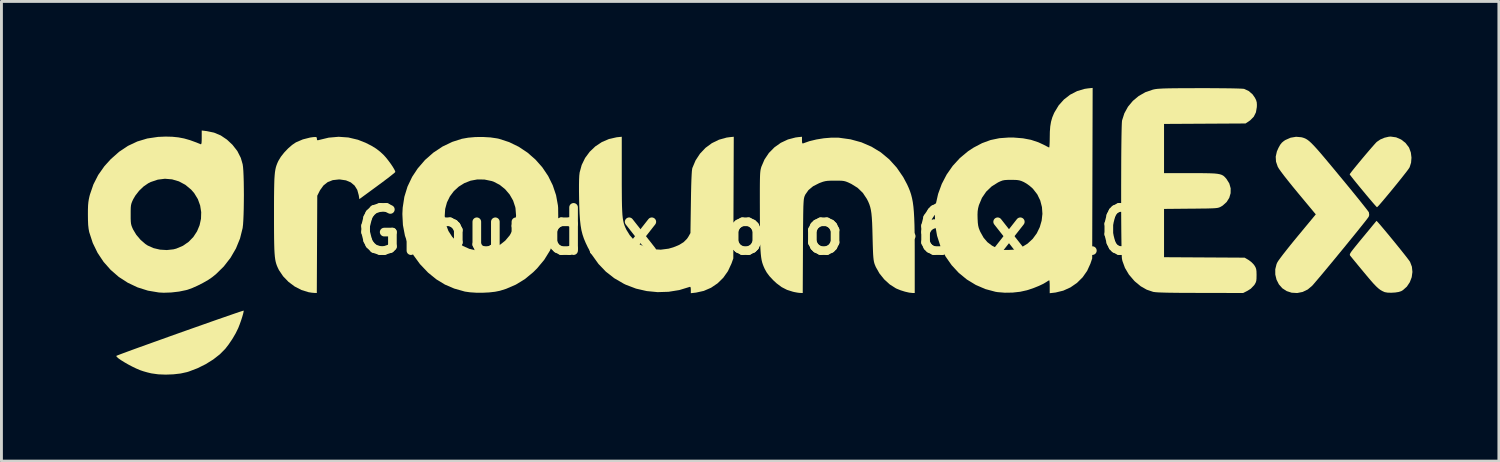
<source format=kicad_pcb>
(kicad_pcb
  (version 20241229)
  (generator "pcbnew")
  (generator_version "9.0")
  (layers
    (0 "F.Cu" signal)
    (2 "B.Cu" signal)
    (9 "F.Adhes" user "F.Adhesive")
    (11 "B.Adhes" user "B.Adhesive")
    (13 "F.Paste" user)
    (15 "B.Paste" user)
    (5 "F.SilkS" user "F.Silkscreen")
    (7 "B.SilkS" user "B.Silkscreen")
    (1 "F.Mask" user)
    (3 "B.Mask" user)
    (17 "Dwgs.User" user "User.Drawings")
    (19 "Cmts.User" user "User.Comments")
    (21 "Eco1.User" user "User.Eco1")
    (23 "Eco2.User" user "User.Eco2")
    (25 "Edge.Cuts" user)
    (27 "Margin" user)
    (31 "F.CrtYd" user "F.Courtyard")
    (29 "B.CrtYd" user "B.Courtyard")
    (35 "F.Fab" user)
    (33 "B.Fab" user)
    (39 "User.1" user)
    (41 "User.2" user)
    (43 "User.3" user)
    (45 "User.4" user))
  (footprint "GroundEx Logo 46 x 10"
    (layer "F.Cu")
    (at 22.958 4.967)
    (property "Reference" "GroundEx Logo 46 x 10" (at 0 0 0) (layer "F.SilkS") (effects (font (size 1.5 1.5) (thickness 0.3))))
    (attr board_only exclude_from_pos_files exclude_from_bom)
    (fp_poly (pts (xy 22.432 -3.252) (xy 22.605 -3.177) (xy 22.756 -3.06) (xy 22.873 -2.908) (xy 22.886 -2.883) (xy 22.943 -2.725) (xy 22.965 -2.548) (xy 22.951 -2.372) (xy 22.902 -2.217) (xy 22.895 -2.204) (xy 22.865 -2.157) (xy 22.807 -2.078) (xy 22.725 -1.973) (xy 22.626 -1.847) (xy 22.514 -1.707) (xy 22.394 -1.559) (xy 22.272 -1.41) (xy 22.152 -1.265) (xy 22.04 -1.131) (xy 21.941 -1.014) (xy 21.86 -0.92) (xy 21.801 -0.856) (xy 21.77 -0.828) (xy 21.768 -0.827) (xy 21.746 -0.848) (xy 21.694 -0.905) (xy 21.617 -0.994) (xy 21.519 -1.109) (xy 21.405 -1.244) (xy 21.285 -1.389) (xy 21.161 -1.539) (xy 21.049 -1.676) (xy 20.955 -1.792) (xy 20.883 -1.884) (xy 20.836 -1.945) (xy 20.821 -1.969) (xy 20.839 -1.997) (xy 20.886 -2.06) (xy 20.959 -2.152) (xy 21.05 -2.264) (xy 21.155 -2.391) (xy 21.266 -2.525) (xy 21.38 -2.66) (xy 21.489 -2.788) (xy 21.588 -2.903) (xy 21.672 -2.998) (xy 21.734 -3.067) (xy 21.764 -3.096) (xy 21.883 -3.177) (xy 22.03 -3.239) (xy 22.182 -3.274) (xy 22.246 -3.278)) (stroke (width 0) (type solid)) (fill yes) (layer "F.SilkS"))
    (fp_poly (pts (xy 21.771 -0.337) (xy 21.82 -0.283) (xy 21.894 -0.198) (xy 21.987 -0.088) (xy 22.095 0.041) (xy 22.213 0.183) (xy 22.335 0.332) (xy 22.458 0.483) (xy 22.576 0.629) (xy 22.684 0.764) (xy 22.777 0.882) (xy 22.85 0.977) (xy 22.899 1.044) (xy 22.916 1.069) (xy 22.98 1.238) (xy 22.998 1.419) (xy 22.973 1.602) (xy 22.907 1.775) (xy 22.805 1.928) (xy 22.669 2.049) (xy 22.609 2.085) (xy 22.522 2.113) (xy 22.401 2.132) (xy 22.268 2.14) (xy 22.141 2.137) (xy 22.043 2.12) (xy 22.025 2.114) (xy 21.953 2.081) (xy 21.884 2.041) (xy 21.815 1.988) (xy 21.738 1.917) (xy 21.647 1.822) (xy 21.538 1.698) (xy 21.403 1.538) (xy 21.328 1.448) (xy 21.205 1.3) (xy 21.092 1.163) (xy 20.994 1.044) (xy 20.916 0.949) (xy 20.864 0.885) (xy 20.846 0.863) (xy 20.832 0.844) (xy 20.826 0.824) (xy 20.83 0.798) (xy 20.848 0.76) (xy 20.884 0.706) (xy 20.942 0.631) (xy 21.024 0.528) (xy 21.134 0.393) (xy 21.27 0.228) (xy 21.395 0.077) (xy 21.509 -0.06) (xy 21.605 -0.178) (xy 21.681 -0.269) (xy 21.731 -0.33) (xy 21.751 -0.353) (xy 21.751 -0.354)) (stroke (width 0) (type solid)) (fill yes) (layer "F.SilkS"))
    (fp_poly (pts (xy -17.556 2.8) (xy -17.575 2.88) (xy -17.606 2.987) (xy -17.646 3.11) (xy -17.691 3.236) (xy -17.737 3.353) (xy -17.743 3.368) (xy -17.831 3.548) (xy -17.946 3.744) (xy -18.076 3.936) (xy -18.192 4.086) (xy -18.379 4.275) (xy -18.609 4.455) (xy -18.872 4.619) (xy -19.157 4.76) (xy -19.451 4.872) (xy -19.518 4.893) (xy -19.74 4.942) (xy -19.993 4.971) (xy -20.258 4.981) (xy -20.516 4.971) (xy -20.746 4.939) (xy -20.772 4.934) (xy -20.903 4.902) (xy -21.036 4.864) (xy -21.144 4.827) (xy -21.157 4.822) (xy -21.288 4.766) (xy -21.426 4.699) (xy -21.564 4.626) (xy -21.694 4.551) (xy -21.808 4.48) (xy -21.898 4.417) (xy -21.955 4.367) (xy -21.973 4.335) (xy -21.971 4.33) (xy -21.941 4.317) (xy -21.864 4.287) (xy -21.745 4.242) (xy -21.588 4.184) (xy -21.398 4.114) (xy -21.18 4.035) (xy -20.937 3.948) (xy -20.676 3.854) (xy -20.399 3.755) (xy -20.113 3.652) (xy -19.821 3.548) (xy -19.528 3.444) (xy -19.239 3.342) (xy -18.958 3.243) (xy -18.69 3.148) (xy -18.439 3.06) (xy -18.21 2.981) (xy -18.009 2.911) (xy -17.838 2.852) (xy -17.703 2.806) (xy -17.609 2.776) (xy -17.559 2.761) (xy -17.553 2.76)) (stroke (width 0) (type solid)) (fill yes) (layer "F.SilkS"))
    (fp_poly (pts (xy 19.139 -3.256) (xy 19.196 -3.242) (xy 19.249 -3.224) (xy 19.302 -3.2) (xy 19.357 -3.166) (xy 19.418 -3.119) (xy 19.487 -3.056) (xy 19.569 -2.973) (xy 19.667 -2.867) (xy 19.784 -2.734) (xy 19.922 -2.572) (xy 20.086 -2.376) (xy 20.279 -2.145) (xy 20.48 -1.902) (xy 20.664 -1.68) (xy 20.837 -1.469) (xy 20.997 -1.273) (xy 21.14 -1.097) (xy 21.262 -0.943) (xy 21.362 -0.818) (xy 21.435 -0.723) (xy 21.478 -0.665) (xy 21.488 -0.648) (xy 21.499 -0.557) (xy 21.481 -0.497) (xy 21.458 -0.464) (xy 21.405 -0.393) (xy 21.323 -0.289) (xy 21.218 -0.158) (xy 21.094 -0.003) (xy 20.954 0.17) (xy 20.802 0.356) (xy 20.643 0.552) (xy 20.479 0.751) (xy 20.316 0.95) (xy 20.156 1.143) (xy 20.005 1.325) (xy 19.865 1.493) (xy 19.741 1.64) (xy 19.636 1.763) (xy 19.556 1.857) (xy 19.519 1.898) (xy 19.366 2.027) (xy 19.19 2.112) (xy 19.001 2.15) (xy 18.808 2.139) (xy 18.635 2.083) (xy 18.483 1.984) (xy 18.365 1.849) (xy 18.283 1.687) (xy 18.24 1.509) (xy 18.239 1.325) (xy 18.284 1.145) (xy 18.314 1.081) (xy 18.349 1.026) (xy 18.415 0.935) (xy 18.507 0.813) (xy 18.621 0.668) (xy 18.751 0.504) (xy 18.894 0.328) (xy 19.017 0.179) (xy 19.645 -0.579) (xy 19.021 -1.329) (xy 18.84 -1.549) (xy 18.682 -1.745) (xy 18.548 -1.915) (xy 18.443 -2.054) (xy 18.368 -2.16) (xy 18.327 -2.228) (xy 18.326 -2.23) (xy 18.265 -2.408) (xy 18.255 -2.582) (xy 18.295 -2.761) (xy 18.35 -2.886) (xy 18.41 -2.994) (xy 18.468 -3.067) (xy 18.539 -3.126) (xy 18.592 -3.16) (xy 18.771 -3.239) (xy 18.961 -3.271)) (stroke (width 0) (type solid)) (fill yes) (layer "F.SilkS"))
    (fp_poly (pts (xy -13.921 -3.247) (xy -13.589 -3.168) (xy -13.325 -3.064) (xy -13.124 -2.962) (xy -12.959 -2.861) (xy -12.814 -2.749) (xy -12.696 -2.638) (xy -12.621 -2.556) (xy -12.541 -2.456) (xy -12.461 -2.348) (xy -12.389 -2.243) (xy -12.333 -2.15) (xy -12.299 -2.081) (xy -12.293 -2.05) (xy -12.316 -2.025) (xy -12.379 -1.973) (xy -12.474 -1.897) (xy -12.597 -1.803) (xy -12.741 -1.694) (xy -12.902 -1.576) (xy -12.92 -1.562) (xy -13.54 -1.108) (xy -13.561 -1.244) (xy -13.612 -1.429) (xy -13.705 -1.578) (xy -13.836 -1.688) (xy -14.004 -1.759) (xy -14.207 -1.789) (xy -14.257 -1.79) (xy -14.463 -1.767) (xy -14.639 -1.698) (xy -14.785 -1.582) (xy -14.902 -1.42) (xy -14.918 -1.39) (xy -15 -1.226) (xy -15.008 0.461) (xy -15.016 2.149) (xy -15.105 2.146) (xy -15.193 2.138) (xy -15.292 2.123) (xy -15.303 2.121) (xy -15.549 2.045) (xy -15.784 1.923) (xy -15.999 1.762) (xy -16.184 1.57) (xy -16.329 1.355) (xy -16.369 1.273) (xy -16.398 1.207) (xy -16.422 1.14) (xy -16.442 1.069) (xy -16.458 0.988) (xy -16.471 0.891) (xy -16.481 0.774) (xy -16.489 0.632) (xy -16.494 0.459) (xy -16.498 0.25) (xy -16.5 0.001) (xy -16.501 -0.294) (xy -16.501 -0.565) (xy -16.501 -0.9) (xy -16.5 -1.185) (xy -16.497 -1.425) (xy -16.493 -1.626) (xy -16.488 -1.792) (xy -16.479 -1.929) (xy -16.468 -2.042) (xy -16.453 -2.136) (xy -16.435 -2.216) (xy -16.412 -2.288) (xy -16.385 -2.357) (xy -16.353 -2.427) (xy -16.345 -2.442) (xy -16.263 -2.578) (xy -16.147 -2.725) (xy -16.013 -2.866) (xy -15.873 -2.988) (xy -15.743 -3.076) (xy -15.738 -3.079) (xy -15.499 -3.181) (xy -15.246 -3.245) (xy -15.145 -3.259) (xy -15.066 -3.264) (xy -15.028 -3.257) (xy -15.015 -3.231) (xy -15.014 -3.204) (xy -15.007 -3.156) (xy -14.973 -3.151) (xy -14.952 -3.157) (xy -14.604 -3.241) (xy -14.259 -3.271)) (stroke (width 0) (type solid)) (fill yes) (layer "F.SilkS"))
    (fp_poly (pts (xy -8.99 -3.249) (xy -8.759 -3.215) (xy -8.695 -3.201) (xy -8.342 -3.086) (xy -8.011 -2.925) (xy -7.707 -2.723) (xy -7.432 -2.483) (xy -7.192 -2.212) (xy -6.99 -1.912) (xy -6.83 -1.589) (xy -6.715 -1.247) (xy -6.65 -0.89) (xy -6.643 -0.808) (xy -6.638 -0.404) (xy -6.683 -0.022) (xy -6.78 0.338) (xy -6.927 0.678) (xy -7.125 0.997) (xy -7.374 1.296) (xy -7.51 1.43) (xy -7.8 1.669) (xy -8.111 1.859) (xy -8.449 2.005) (xy -8.664 2.072) (xy -8.832 2.106) (xy -9.037 2.129) (xy -9.261 2.14) (xy -9.487 2.139) (xy -9.698 2.125) (xy -9.876 2.1) (xy -9.89 2.096) (xy -10.248 1.995) (xy -10.57 1.857) (xy -10.867 1.676) (xy -11.147 1.449) (xy -11.161 1.436) (xy -11.437 1.146) (xy -11.663 0.836) (xy -11.836 0.508) (xy -11.958 0.16) (xy -12.028 -0.208) (xy -12.044 -0.525) (xy -10.578 -0.525) (xy -10.545 -0.271) (xy -10.536 -0.233) (xy -10.45 -0.004) (xy -10.318 0.201) (xy -10.147 0.376) (xy -9.945 0.518) (xy -9.718 0.619) (xy -9.472 0.676) (xy -9.367 0.685) (xy -9.302 0.683) (xy -9.207 0.672) (xy -9.136 0.662) (xy -8.89 0.595) (xy -8.67 0.484) (xy -8.48 0.335) (xy -8.325 0.152) (xy -8.207 -0.057) (xy -8.132 -0.288) (xy -8.102 -0.534) (xy -8.122 -0.79) (xy -8.13 -0.832) (xy -8.205 -1.058) (xy -8.325 -1.268) (xy -8.482 -1.452) (xy -8.669 -1.603) (xy -8.878 -1.712) (xy -8.945 -1.735) (xy -9.2 -1.788) (xy -9.446 -1.791) (xy -9.68 -1.748) (xy -9.897 -1.663) (xy -10.092 -1.541) (xy -10.261 -1.386) (xy -10.398 -1.203) (xy -10.5 -0.995) (xy -10.562 -0.768) (xy -10.578 -0.525) (xy -12.044 -0.525) (xy -12.047 -0.595) (xy -12.036 -0.812) (xy -11.978 -1.188) (xy -11.869 -1.543) (xy -11.709 -1.879) (xy -11.516 -2.171) (xy -11.261 -2.467) (xy -10.972 -2.721) (xy -10.655 -2.932) (xy -10.314 -3.095) (xy -9.983 -3.201) (xy -9.764 -3.24) (xy -9.512 -3.262) (xy -9.248 -3.264)) (stroke (width 0) (type solid)) (fill yes) (layer "F.SilkS"))
    (fp_poly (pts (xy -0.557 -1.161) (xy -0.565 0.95) (xy -0.628 1.126) (xy -0.75 1.389) (xy -0.912 1.619) (xy -1.11 1.813) (xy -1.337 1.967) (xy -1.589 2.076) (xy -1.861 2.136) (xy -1.874 2.137) (xy -2.039 2.156) (xy -2.039 2.039) (xy -2.043 1.965) (xy -2.059 1.936) (xy -2.077 1.937) (xy -2.437 2.047) (xy -2.811 2.107) (xy -3.192 2.119) (xy -3.571 2.082) (xy -3.94 1.997) (xy -4.29 1.864) (xy -4.361 1.83) (xy -4.695 1.636) (xy -4.987 1.408) (xy -5.241 1.143) (xy -5.461 0.837) (xy -5.613 0.565) (xy -5.688 0.408) (xy -5.749 0.262) (xy -5.797 0.119) (xy -5.835 -0.032) (xy -5.863 -0.197) (xy -5.884 -0.385) (xy -5.899 -0.606) (xy -5.909 -0.867) (xy -5.915 -1.09) (xy -5.919 -1.372) (xy -5.919 -1.604) (xy -5.916 -1.788) (xy -5.909 -1.928) (xy -5.897 -2.029) (xy -5.897 -2.032) (xy -5.825 -2.294) (xy -5.707 -2.536) (xy -5.547 -2.752) (xy -5.352 -2.938) (xy -5.127 -3.087) (xy -4.878 -3.194) (xy -4.612 -3.254) (xy -4.566 -3.259) (xy -4.435 -3.272) (xy -4.435 -1.932) (xy -4.435 -1.597) (xy -4.433 -1.311) (xy -4.431 -1.07) (xy -4.427 -0.869) (xy -4.42 -0.702) (xy -4.412 -0.564) (xy -4.4 -0.449) (xy -4.384 -0.354) (xy -4.365 -0.271) (xy -4.341 -0.197) (xy -4.312 -0.126) (xy -4.278 -0.053) (xy -4.269 -0.036) (xy -4.158 0.144) (xy -4.013 0.309) (xy -3.853 0.439) (xy -3.84 0.448) (xy -3.604 0.564) (xy -3.35 0.63) (xy -3.083 0.646) (xy -2.811 0.611) (xy -2.647 0.564) (xy -2.444 0.481) (xy -2.289 0.385) (xy -2.173 0.27) (xy -2.121 0.192) (xy -2.052 0.069) (xy -2.036 -1.006) (xy -2.031 -1.32) (xy -2.025 -1.582) (xy -2.018 -1.795) (xy -2.01 -1.96) (xy -2.002 -2.081) (xy -1.992 -2.16) (xy -1.985 -2.19) (xy -1.874 -2.452) (xy -1.72 -2.686) (xy -1.53 -2.887) (xy -1.308 -3.05) (xy -1.061 -3.17) (xy -0.795 -3.244) (xy -0.681 -3.259) (xy -0.549 -3.272)) (stroke (width 0) (type solid)) (fill yes) (layer "F.SilkS"))
    (fp_poly (pts (xy -18.835 -3.468) (xy -18.581 -3.415) (xy -18.349 -3.318) (xy -18.134 -3.173) (xy -17.943 -2.994) (xy -17.773 -2.776) (xy -17.653 -2.539) (xy -17.589 -2.319) (xy -17.576 -2.227) (xy -17.565 -2.088) (xy -17.557 -1.913) (xy -17.551 -1.708) (xy -17.548 -1.485) (xy -17.546 -1.25) (xy -17.548 -1.014) (xy -17.551 -0.785) (xy -17.557 -0.571) (xy -17.565 -0.382) (xy -17.575 -0.227) (xy -17.588 -0.115) (xy -17.59 -0.102) (xy -17.68 0.258) (xy -17.821 0.603) (xy -18.01 0.928) (xy -18.243 1.228) (xy -18.516 1.496) (xy -18.65 1.604) (xy -18.789 1.698) (xy -18.96 1.796) (xy -19.146 1.891) (xy -19.329 1.973) (xy -19.493 2.033) (xy -19.546 2.048) (xy -19.797 2.1) (xy -20.067 2.131) (xy -20.331 2.14) (xy -20.496 2.131) (xy -20.876 2.067) (xy -21.237 1.953) (xy -21.575 1.793) (xy -21.887 1.591) (xy -22.167 1.348) (xy -22.414 1.069) (xy -22.622 0.757) (xy -22.789 0.415) (xy -22.909 0.047) (xy -22.913 0.034) (xy -22.934 -0.078) (xy -22.949 -0.213) (xy -22.956 -0.384) (xy -22.958 -0.579) (xy -21.474 -0.579) (xy -21.474 -0.433) (xy -21.47 -0.328) (xy -21.461 -0.249) (xy -21.444 -0.183) (xy -21.417 -0.114) (xy -21.386 -0.048) (xy -21.277 0.133) (xy -21.131 0.304) (xy -20.965 0.448) (xy -20.881 0.503) (xy -20.681 0.592) (xy -20.455 0.645) (xy -20.219 0.659) (xy -19.989 0.634) (xy -19.893 0.609) (xy -19.661 0.511) (xy -19.463 0.374) (xy -19.299 0.205) (xy -19.172 0.011) (xy -19.083 -0.202) (xy -19.034 -0.427) (xy -19.027 -0.657) (xy -19.063 -0.886) (xy -19.143 -1.108) (xy -19.27 -1.316) (xy -19.375 -1.437) (xy -19.576 -1.604) (xy -19.8 -1.724) (xy -20.038 -1.794) (xy -20.285 -1.815) (xy -20.533 -1.784) (xy -20.777 -1.702) (xy -20.862 -1.66) (xy -21.024 -1.549) (xy -21.179 -1.401) (xy -21.311 -1.232) (xy -21.385 -1.106) (xy -21.422 -1.027) (xy -21.447 -0.961) (xy -21.463 -0.895) (xy -21.471 -0.815) (xy -21.474 -0.705) (xy -21.474 -0.579) (xy -22.958 -0.579) (xy -22.957 -0.755) (xy -22.952 -0.892) (xy -22.942 -1.003) (xy -22.926 -1.104) (xy -22.903 -1.209) (xy -22.887 -1.269) (xy -22.767 -1.619) (xy -22.601 -1.945) (xy -22.386 -2.25) (xy -22.165 -2.494) (xy -21.875 -2.751) (xy -21.569 -2.955) (xy -21.244 -3.108) (xy -20.898 -3.212) (xy -20.526 -3.267) (xy -20.262 -3.278) (xy -20.029 -3.272) (xy -19.821 -3.251) (xy -19.621 -3.213) (xy -19.414 -3.154) (xy -19.185 -3.07) (xy -19.043 -3.011) (xy -19.026 -3.018) (xy -19.015 -3.06) (xy -19.01 -3.145) (xy -19.009 -3.243) (xy -19.009 -3.489)) (stroke (width 0) (type solid)) (fill yes) (layer "F.SilkS"))
    (fp_poly (pts (xy 15.96 -4.958) (xy 16.246 -4.956) (xy 16.5 -4.954) (xy 16.72 -4.951) (xy 16.9 -4.947) (xy 17.037 -4.942) (xy 17.126 -4.937) (xy 17.161 -4.932) (xy 17.317 -4.86) (xy 17.451 -4.744) (xy 17.534 -4.625) (xy 17.576 -4.539) (xy 17.597 -4.464) (xy 17.602 -4.376) (xy 17.599 -4.299) (xy 17.568 -4.118) (xy 17.494 -3.969) (xy 17.374 -3.846) (xy 17.323 -3.809) (xy 17.208 -3.733) (xy 15.794 -3.725) (xy 14.38 -3.717) (xy 14.38 -2.864) (xy 14.38 -2.011) (xy 15.31 -2.01) (xy 15.582 -2.01) (xy 15.804 -2.008) (xy 15.983 -2.004) (xy 16.125 -1.998) (xy 16.235 -1.986) (xy 16.32 -1.97) (xy 16.386 -1.948) (xy 16.438 -1.919) (xy 16.482 -1.881) (xy 16.524 -1.835) (xy 16.548 -1.806) (xy 16.645 -1.65) (xy 16.692 -1.483) (xy 16.69 -1.314) (xy 16.643 -1.153) (xy 16.551 -1.007) (xy 16.416 -0.885) (xy 16.35 -0.845) (xy 16.318 -0.829) (xy 16.284 -0.816) (xy 16.242 -0.805) (xy 16.185 -0.797) (xy 16.108 -0.791) (xy 16.004 -0.787) (xy 15.868 -0.783) (xy 15.692 -0.781) (xy 15.471 -0.778) (xy 15.31 -0.777) (xy 14.38 -0.768) (xy 14.38 0.07) (xy 14.38 0.907) (xy 15.779 0.915) (xy 17.177 0.923) (xy 17.308 1) (xy 17.401 1.068) (xy 17.485 1.152) (xy 17.515 1.191) (xy 17.553 1.255) (xy 17.576 1.317) (xy 17.587 1.393) (xy 17.59 1.503) (xy 17.59 1.531) (xy 17.588 1.648) (xy 17.58 1.728) (xy 17.56 1.789) (xy 17.526 1.85) (xy 17.507 1.878) (xy 17.39 2) (xy 17.275 2.073) (xy 17.125 2.149) (xy 15.636 2.146) (xy 15.275 2.145) (xy 14.966 2.144) (xy 14.706 2.141) (xy 14.491 2.138) (xy 14.319 2.133) (xy 14.185 2.128) (xy 14.088 2.121) (xy 14.023 2.113) (xy 14.004 2.11) (xy 13.779 2.034) (xy 13.572 1.916) (xy 13.372 1.751) (xy 13.341 1.72) (xy 13.16 1.508) (xy 13.024 1.278) (xy 12.936 1.038) (xy 12.921 0.967) (xy 12.915 0.911) (xy 12.911 0.805) (xy 12.906 0.654) (xy 12.903 0.464) (xy 12.9 0.24) (xy 12.897 -0.014) (xy 12.895 -0.291) (xy 12.893 -0.588) (xy 12.892 -0.898) (xy 12.892 -1.217) (xy 12.892 -1.539) (xy 12.893 -1.859) (xy 12.894 -2.173) (xy 12.895 -2.475) (xy 12.897 -2.759) (xy 12.9 -3.022) (xy 12.903 -3.257) (xy 12.907 -3.459) (xy 12.911 -3.624) (xy 12.916 -3.746) (xy 12.921 -3.82) (xy 12.923 -3.835) (xy 13.003 -4.085) (xy 13.129 -4.314) (xy 13.297 -4.516) (xy 13.501 -4.686) (xy 13.735 -4.819) (xy 13.993 -4.907) (xy 14.036 -4.917) (xy 14.091 -4.927) (xy 14.161 -4.935) (xy 14.251 -4.941) (xy 14.365 -4.947) (xy 14.509 -4.951) (xy 14.686 -4.954) (xy 14.902 -4.956) (xy 15.161 -4.957) (xy 15.468 -4.958) (xy 15.648 -4.958)) (stroke (width 0) (type solid)) (fill yes) (layer "F.SilkS"))
    (fp_poly (pts (xy 11.895 -2.008) (xy 11.887 0.95) (xy 11.826 1.13) (xy 11.712 1.381) (xy 11.554 1.606) (xy 11.359 1.799) (xy 11.134 1.954) (xy 10.885 2.067) (xy 10.619 2.132) (xy 10.578 2.137) (xy 10.413 2.156) (xy 10.413 1.932) (xy 10.412 1.829) (xy 10.407 1.751) (xy 10.4 1.711) (xy 10.397 1.708) (xy 10.366 1.723) (xy 10.31 1.758) (xy 10.301 1.765) (xy 10.19 1.831) (xy 10.04 1.902) (xy 9.864 1.973) (xy 9.678 2.037) (xy 9.622 2.054) (xy 9.388 2.106) (xy 9.125 2.135) (xy 8.857 2.139) (xy 8.607 2.119) (xy 8.533 2.107) (xy 8.181 2.013) (xy 7.848 1.869) (xy 7.539 1.681) (xy 7.258 1.451) (xy 7.01 1.183) (xy 6.8 0.883) (xy 6.633 0.553) (xy 6.621 0.523) (xy 6.505 0.164) (xy 6.441 -0.201) (xy 6.427 -0.569) (xy 6.427 -0.57) (xy 7.908 -0.57) (xy 7.911 -0.433) (xy 7.918 -0.293) (xy 7.931 -0.189) (xy 7.952 -0.103) (xy 7.986 -0.016) (xy 8.006 0.029) (xy 8.118 0.229) (xy 8.25 0.384) (xy 8.412 0.507) (xy 8.592 0.598) (xy 8.676 0.63) (xy 8.753 0.648) (xy 8.842 0.656) (xy 8.962 0.655) (xy 9.008 0.654) (xy 9.148 0.646) (xy 9.251 0.631) (xy 9.339 0.607) (xy 9.43 0.567) (xy 9.643 0.437) (xy 9.822 0.272) (xy 9.964 0.079) (xy 10.068 -0.135) (xy 10.134 -0.363) (xy 10.16 -0.598) (xy 10.144 -0.832) (xy 10.085 -1.06) (xy 9.982 -1.273) (xy 9.833 -1.465) (xy 9.816 -1.482) (xy 9.717 -1.569) (xy 9.602 -1.651) (xy 9.512 -1.702) (xy 9.429 -1.738) (xy 9.354 -1.76) (xy 9.269 -1.772) (xy 9.156 -1.776) (xy 9.077 -1.777) (xy 8.945 -1.775) (xy 8.851 -1.769) (xy 8.775 -1.754) (xy 8.701 -1.726) (xy 8.622 -1.689) (xy 8.399 -1.549) (xy 8.211 -1.369) (xy 8.063 -1.154) (xy 7.96 -0.908) (xy 7.957 -0.901) (xy 7.929 -0.793) (xy 7.913 -0.689) (xy 7.908 -0.57) (xy 6.427 -0.57) (xy 6.461 -0.934) (xy 6.542 -1.291) (xy 6.668 -1.635) (xy 6.837 -1.96) (xy 7.048 -2.262) (xy 7.298 -2.535) (xy 7.586 -2.774) (xy 7.775 -2.897) (xy 8.068 -3.051) (xy 8.361 -3.158) (xy 8.667 -3.222) (xy 8.997 -3.246) (xy 9.173 -3.244) (xy 9.487 -3.218) (xy 9.765 -3.165) (xy 10.02 -3.08) (xy 10.201 -2.996) (xy 10.289 -2.95) (xy 10.358 -2.915) (xy 10.392 -2.898) (xy 10.393 -2.897) (xy 10.401 -2.919) (xy 10.407 -2.986) (xy 10.412 -3.087) (xy 10.414 -3.213) (xy 10.414 -3.214) (xy 10.418 -3.444) (xy 10.432 -3.632) (xy 10.459 -3.792) (xy 10.5 -3.937) (xy 10.559 -4.08) (xy 10.578 -4.119) (xy 10.723 -4.359) (xy 10.907 -4.565) (xy 11.123 -4.732) (xy 11.364 -4.856) (xy 11.623 -4.933) (xy 11.737 -4.95) (xy 11.903 -4.967)) (stroke (width 0) (type solid)) (fill yes) (layer "F.SilkS"))
    (fp_poly (pts (xy 1.818 -3.148) (xy 1.821 -3.073) (xy 1.833 -3.042) (xy 1.859 -3.042) (xy 1.866 -3.045) (xy 2.075 -3.119) (xy 2.32 -3.178) (xy 2.58 -3.22) (xy 2.839 -3.241) (xy 3.077 -3.24) (xy 3.097 -3.239) (xy 3.501 -3.183) (xy 3.88 -3.079) (xy 4.231 -2.927) (xy 4.554 -2.73) (xy 4.846 -2.487) (xy 5.105 -2.201) (xy 5.33 -1.873) (xy 5.466 -1.618) (xy 5.519 -1.501) (xy 5.565 -1.386) (xy 5.604 -1.268) (xy 5.636 -1.142) (xy 5.663 -1.003) (xy 5.684 -0.845) (xy 5.7 -0.663) (xy 5.712 -0.452) (xy 5.721 -0.208) (xy 5.726 0.076) (xy 5.729 0.404) (xy 5.73 0.782) (xy 5.73 0.819) (xy 5.73 2.149) (xy 5.654 2.148) (xy 5.538 2.136) (xy 5.394 2.103) (xy 5.243 2.056) (xy 5.104 2) (xy 5.073 1.985) (xy 4.864 1.852) (xy 4.672 1.677) (xy 4.507 1.472) (xy 4.38 1.248) (xy 4.344 1.162) (xy 4.327 1.111) (xy 4.314 1.057) (xy 4.303 0.991) (xy 4.294 0.908) (xy 4.286 0.799) (xy 4.28 0.659) (xy 4.274 0.478) (xy 4.268 0.251) (xy 4.267 0.207) (xy 4.26 -0.063) (xy 4.252 -0.284) (xy 4.241 -0.465) (xy 4.227 -0.613) (xy 4.208 -0.736) (xy 4.184 -0.84) (xy 4.153 -0.934) (xy 4.115 -1.024) (xy 4.07 -1.113) (xy 3.929 -1.325) (xy 3.749 -1.499) (xy 3.527 -1.637) (xy 3.505 -1.647) (xy 3.413 -1.691) (xy 3.34 -1.719) (xy 3.271 -1.737) (xy 3.192 -1.746) (xy 3.085 -1.749) (xy 2.961 -1.749) (xy 2.816 -1.748) (xy 2.709 -1.743) (xy 2.625 -1.731) (xy 2.546 -1.711) (xy 2.456 -1.678) (xy 2.41 -1.66) (xy 2.202 -1.554) (xy 2.044 -1.423) (xy 1.934 -1.267) (xy 1.909 -1.212) (xy 1.899 -1.182) (xy 1.89 -1.146) (xy 1.882 -1.1) (xy 1.876 -1.039) (xy 1.871 -0.958) (xy 1.866 -0.853) (xy 1.863 -0.72) (xy 1.86 -0.555) (xy 1.858 -0.352) (xy 1.855 -0.107) (xy 1.854 0.184) (xy 1.852 0.525) (xy 1.852 0.53) (xy 1.844 2.149) (xy 1.755 2.147) (xy 1.678 2.139) (xy 1.576 2.121) (xy 1.507 2.106) (xy 1.298 2.04) (xy 1.113 1.945) (xy 0.935 1.812) (xy 0.824 1.709) (xy 0.691 1.567) (xy 0.594 1.437) (xy 0.525 1.313) (xy 0.491 1.238) (xy 0.462 1.164) (xy 0.437 1.088) (xy 0.417 1.003) (xy 0.401 0.905) (xy 0.388 0.788) (xy 0.378 0.648) (xy 0.37 0.479) (xy 0.365 0.277) (xy 0.361 0.036) (xy 0.359 -0.249) (xy 0.357 -0.583) (xy 0.357 -0.676) (xy 0.356 -0.988) (xy 0.356 -1.25) (xy 0.356 -1.467) (xy 0.357 -1.644) (xy 0.359 -1.786) (xy 0.362 -1.899) (xy 0.366 -1.988) (xy 0.372 -2.058) (xy 0.379 -2.113) (xy 0.389 -2.159) (xy 0.4 -2.201) (xy 0.409 -2.231) (xy 0.518 -2.484) (xy 0.67 -2.71) (xy 0.861 -2.904) (xy 1.083 -3.062) (xy 1.33 -3.178) (xy 1.595 -3.247) (xy 1.687 -3.259) (xy 1.818 -3.272)) (stroke (width 0) (type solid)) (fill yes) (layer "F.SilkS")))
  (gr_rect
    (start -3 -3)
    (end 48.956 12.948)
    (stroke (width 0.1) (type default))
    (fill no)
    (layer "Edge.Cuts")))
</source>
